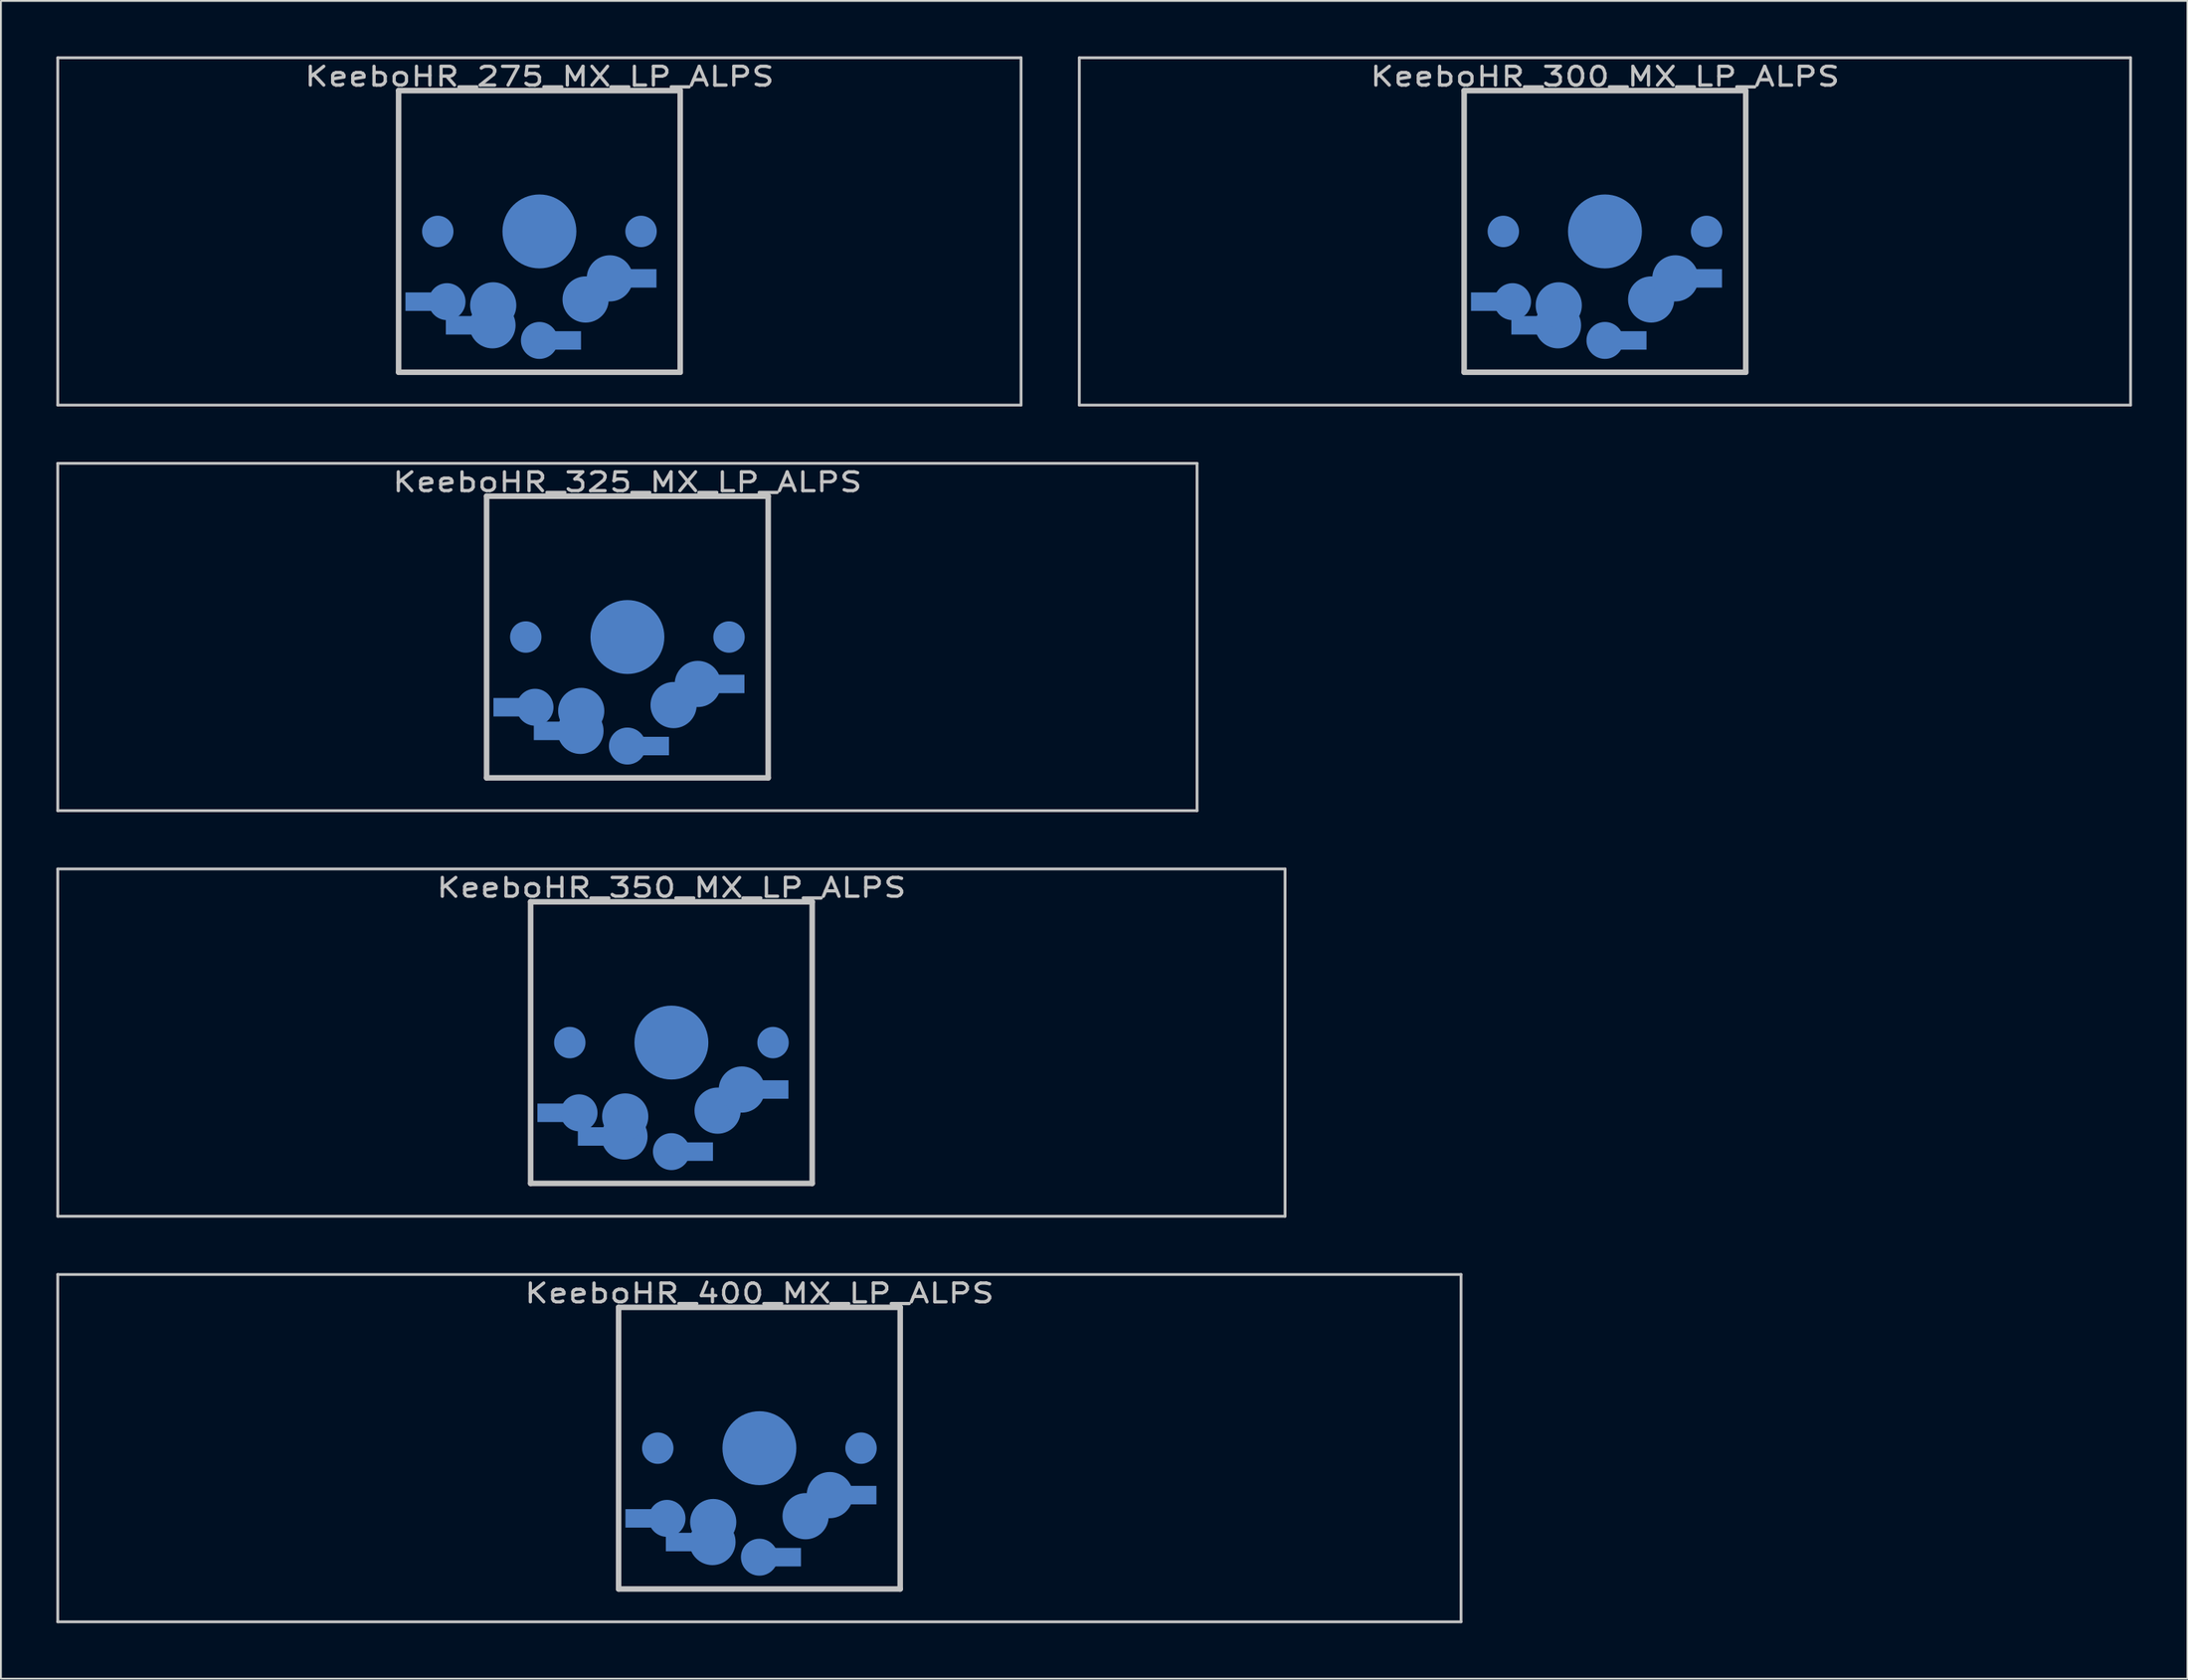
<source format=kicad_pcb>
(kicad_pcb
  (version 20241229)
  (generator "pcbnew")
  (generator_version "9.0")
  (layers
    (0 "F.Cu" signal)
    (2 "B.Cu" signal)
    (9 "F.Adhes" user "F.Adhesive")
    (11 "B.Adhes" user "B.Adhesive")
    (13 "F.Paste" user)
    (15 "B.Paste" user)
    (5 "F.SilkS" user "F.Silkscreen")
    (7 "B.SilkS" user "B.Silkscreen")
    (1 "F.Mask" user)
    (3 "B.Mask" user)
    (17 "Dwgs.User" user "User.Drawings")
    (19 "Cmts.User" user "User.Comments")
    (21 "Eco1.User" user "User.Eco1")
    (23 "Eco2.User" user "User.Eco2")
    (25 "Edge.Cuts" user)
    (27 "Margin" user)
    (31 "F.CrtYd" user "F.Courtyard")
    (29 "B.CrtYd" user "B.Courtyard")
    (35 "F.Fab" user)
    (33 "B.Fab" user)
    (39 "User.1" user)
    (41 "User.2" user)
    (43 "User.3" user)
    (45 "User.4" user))
  (footprint "KeeboHR_350_MX_LP_ALPS"
    (layer "B.Cu")
    (at 33.287 53.371)
    (property "Reference" "KeeboHR_350_MX_LP_ALPS" (at 0 -8.382 0) (layer "Dwgs.User") (effects (font (size 1.016 1.27) (thickness 0.178))))
    (attr through_hole)
    (fp_line (start -33.211 -9.398) (end 33.211 -9.398) (stroke (width 0.152) (type solid)) (layer "Dwgs.User"))
    (fp_line (start -33.211 9.398) (end -33.211 -9.398) (stroke (width 0.152) (type solid)) (layer "Dwgs.User"))
    (fp_line (start -7.62 -7.62) (end 7.62 -7.62) (stroke (width 0.3) (type solid)) (layer "Dwgs.User"))
    (fp_line (start -7.62 7.62) (end -7.62 -7.62) (stroke (width 0.3) (type solid)) (layer "Dwgs.User"))
    (fp_line (start 7.62 -7.62) (end 7.62 7.62) (stroke (width 0.3) (type solid)) (layer "Dwgs.User"))
    (fp_line (start 7.62 7.62) (end -7.62 7.62) (stroke (width 0.3) (type solid)) (layer "Dwgs.User"))
    (fp_line (start 33.211 -9.398) (end 33.211 9.398) (stroke (width 0.152) (type solid)) (layer "Dwgs.User"))
    (fp_line (start 33.211 9.398) (end -33.211 9.398) (stroke (width 0.152) (type solid)) (layer "Dwgs.User"))
    (pad "" smd circle (at -5.5 0) (size 1.7 1.7) (layers "B.Cu" "B.Mask"))
    (pad "" smd circle (at 0 0) (size 4 4) (layers "B.Cu" "B.Mask"))
    (pad "" smd circle (at 5.5 0) (size 1.7 1.7) (layers "B.Cu" "B.Mask"))
    (pad "1" smd circle (at 0 5.9) (size 2 2) (layers "B.Cu" "B.Mask"))
    (pad "1" smd rect (at 1.25 5.9) (size 2 1) (layers "B.Cu" "B.Mask"))
    (pad "1" smd circle (at 2.5 3.683) (size 2.5 2.5) (layers "B.Cu" "B.Mask"))
    (pad "1" smd circle (at 3.81 2.54) (size 2.5 2.5) (layers "B.Cu" "B.Mask"))
    (pad "1" smd rect (at 5.334 2.54) (size 2 1) (layers "B.Cu" "B.Mask"))
    (pad "2" smd rect (at -6.25 3.8) (size 2 1) (layers "B.Cu" "B.Mask"))
    (pad "2" smd circle (at -5 3.8) (size 2 2) (layers "B.Cu" "B.Mask"))
    (pad "2" smd rect (at -4.064 5.08) (size 2 1) (layers "B.Cu" "B.Mask"))
    (pad "2" smd circle (at -2.54 5.08) (size 2.5 2.5) (layers "B.Cu" "B.Mask"))
    (pad "2" smd circle (at -2.5 4) (size 2.5 2.5) (layers "B.Cu" "B.Mask")))
  (footprint "KeeboHR_325_MX_LP_ALPS"
    (layer "B.Cu")
    (at 30.905 31.423)
    (property "Reference" "KeeboHR_325_MX_LP_ALPS" (at 0 -8.382 0) (layer "Dwgs.User") (effects (font (size 1.016 1.27) (thickness 0.178))))
    (attr through_hole)
    (fp_line (start -30.829 -9.398) (end 30.829 -9.398) (stroke (width 0.152) (type solid)) (layer "Dwgs.User"))
    (fp_line (start -30.829 9.398) (end -30.829 -9.398) (stroke (width 0.152) (type solid)) (layer "Dwgs.User"))
    (fp_line (start -7.62 -7.62) (end 7.62 -7.62) (stroke (width 0.3) (type solid)) (layer "Dwgs.User"))
    (fp_line (start -7.62 7.62) (end -7.62 -7.62) (stroke (width 0.3) (type solid)) (layer "Dwgs.User"))
    (fp_line (start 7.62 -7.62) (end 7.62 7.62) (stroke (width 0.3) (type solid)) (layer "Dwgs.User"))
    (fp_line (start 7.62 7.62) (end -7.62 7.62) (stroke (width 0.3) (type solid)) (layer "Dwgs.User"))
    (fp_line (start 30.829 -9.398) (end 30.829 9.398) (stroke (width 0.152) (type solid)) (layer "Dwgs.User"))
    (fp_line (start 30.829 9.398) (end -30.829 9.398) (stroke (width 0.152) (type solid)) (layer "Dwgs.User"))
    (pad "" smd circle (at -5.5 0) (size 1.7 1.7) (layers "B.Cu" "B.Mask"))
    (pad "" smd circle (at 0 0) (size 4 4) (layers "B.Cu" "B.Mask"))
    (pad "" smd circle (at 5.5 0) (size 1.7 1.7) (layers "B.Cu" "B.Mask"))
    (pad "1" smd circle (at 0 5.9) (size 2 2) (layers "B.Cu" "B.Mask"))
    (pad "1" smd rect (at 1.25 5.9) (size 2 1) (layers "B.Cu" "B.Mask"))
    (pad "1" smd circle (at 2.5 3.683) (size 2.5 2.5) (layers "B.Cu" "B.Mask"))
    (pad "1" smd circle (at 3.81 2.54) (size 2.5 2.5) (layers "B.Cu" "B.Mask"))
    (pad "1" smd rect (at 5.334 2.54) (size 2 1) (layers "B.Cu" "B.Mask"))
    (pad "2" smd rect (at -6.25 3.8) (size 2 1) (layers "B.Cu" "B.Mask"))
    (pad "2" smd circle (at -5 3.8) (size 2 2) (layers "B.Cu" "B.Mask"))
    (pad "2" smd rect (at -4.064 5.08) (size 2 1) (layers "B.Cu" "B.Mask"))
    (pad "2" smd circle (at -2.54 5.08) (size 2.5 2.5) (layers "B.Cu" "B.Mask"))
    (pad "2" smd circle (at -2.5 4) (size 2.5 2.5) (layers "B.Cu" "B.Mask")))
  (footprint "KeeboHR_300_MX_LP_ALPS"
    (layer "B.Cu")
    (at 83.81 9.474)
    (property "Reference" "KeeboHR_300_MX_LP_ALPS" (at 0 -8.382 0) (layer "Dwgs.User") (effects (font (size 1.016 1.27) (thickness 0.178))))
    (attr through_hole)
    (fp_line (start -28.448 -9.398) (end 28.448 -9.398) (stroke (width 0.152) (type solid)) (layer "Dwgs.User"))
    (fp_line (start -28.448 9.398) (end -28.448 -9.398) (stroke (width 0.152) (type solid)) (layer "Dwgs.User"))
    (fp_line (start -7.62 -7.62) (end 7.62 -7.62) (stroke (width 0.3) (type solid)) (layer "Dwgs.User"))
    (fp_line (start -7.62 7.62) (end -7.62 -7.62) (stroke (width 0.3) (type solid)) (layer "Dwgs.User"))
    (fp_line (start 7.62 -7.62) (end 7.62 7.62) (stroke (width 0.3) (type solid)) (layer "Dwgs.User"))
    (fp_line (start 7.62 7.62) (end -7.62 7.62) (stroke (width 0.3) (type solid)) (layer "Dwgs.User"))
    (fp_line (start 28.448 -9.398) (end 28.448 9.398) (stroke (width 0.152) (type solid)) (layer "Dwgs.User"))
    (fp_line (start 28.448 9.398) (end -28.448 9.398) (stroke (width 0.152) (type solid)) (layer "Dwgs.User"))
    (pad "" smd circle (at -5.5 0) (size 1.7 1.7) (layers "B.Cu" "B.Mask"))
    (pad "" smd circle (at 0 0) (size 4 4) (layers "B.Cu" "B.Mask"))
    (pad "" smd circle (at 5.5 0) (size 1.7 1.7) (layers "B.Cu" "B.Mask"))
    (pad "1" smd circle (at 0 5.9) (size 2 2) (layers "B.Cu" "B.Mask"))
    (pad "1" smd rect (at 1.25 5.9) (size 2 1) (layers "B.Cu" "B.Mask"))
    (pad "1" smd circle (at 2.5 3.683) (size 2.5 2.5) (layers "B.Cu" "B.Mask"))
    (pad "1" smd circle (at 3.81 2.54) (size 2.5 2.5) (layers "B.Cu" "B.Mask"))
    (pad "1" smd rect (at 5.334 2.54) (size 2 1) (layers "B.Cu" "B.Mask"))
    (pad "2" smd rect (at -6.25 3.8) (size 2 1) (layers "B.Cu" "B.Mask"))
    (pad "2" smd circle (at -5 3.8) (size 2 2) (layers "B.Cu" "B.Mask"))
    (pad "2" smd rect (at -4.064 5.08) (size 2 1) (layers "B.Cu" "B.Mask"))
    (pad "2" smd circle (at -2.54 5.08) (size 2.5 2.5) (layers "B.Cu" "B.Mask"))
    (pad "2" smd circle (at -2.5 4) (size 2.5 2.5) (layers "B.Cu" "B.Mask")))
  (footprint "KeeboHR_275_MX_LP_ALPS"
    (layer "B.Cu")
    (at 26.143 9.474)
    (property "Reference" "KeeboHR_275_MX_LP_ALPS" (at 0 -8.382 0) (layer "Dwgs.User") (effects (font (size 1.016 1.27) (thickness 0.178))))
    (attr through_hole)
    (fp_line (start -26.067 -9.398) (end 26.067 -9.398) (stroke (width 0.152) (type solid)) (layer "Dwgs.User"))
    (fp_line (start -26.067 9.398) (end -26.067 -9.398) (stroke (width 0.152) (type solid)) (layer "Dwgs.User"))
    (fp_line (start -7.62 -7.62) (end 7.62 -7.62) (stroke (width 0.3) (type solid)) (layer "Dwgs.User"))
    (fp_line (start -7.62 7.62) (end -7.62 -7.62) (stroke (width 0.3) (type solid)) (layer "Dwgs.User"))
    (fp_line (start 7.62 -7.62) (end 7.62 7.62) (stroke (width 0.3) (type solid)) (layer "Dwgs.User"))
    (fp_line (start 7.62 7.62) (end -7.62 7.62) (stroke (width 0.3) (type solid)) (layer "Dwgs.User"))
    (fp_line (start 26.067 -9.398) (end 26.067 9.398) (stroke (width 0.152) (type solid)) (layer "Dwgs.User"))
    (fp_line (start 26.067 9.398) (end -26.067 9.398) (stroke (width 0.152) (type solid)) (layer "Dwgs.User"))
    (pad "" smd circle (at -5.5 0) (size 1.7 1.7) (layers "B.Cu" "B.Mask"))
    (pad "" smd circle (at 0 0) (size 4 4) (layers "B.Cu" "B.Mask"))
    (pad "" smd circle (at 5.5 0) (size 1.7 1.7) (layers "B.Cu" "B.Mask"))
    (pad "1" smd circle (at 0 5.9) (size 2 2) (layers "B.Cu" "B.Mask"))
    (pad "1" smd rect (at 1.25 5.9) (size 2 1) (layers "B.Cu" "B.Mask"))
    (pad "1" smd circle (at 2.5 3.683) (size 2.5 2.5) (layers "B.Cu" "B.Mask"))
    (pad "1" smd circle (at 3.81 2.54) (size 2.5 2.5) (layers "B.Cu" "B.Mask"))
    (pad "1" smd rect (at 5.334 2.54) (size 2 1) (layers "B.Cu" "B.Mask"))
    (pad "2" smd rect (at -6.25 3.8) (size 2 1) (layers "B.Cu" "B.Mask"))
    (pad "2" smd circle (at -5 3.8) (size 2 2) (layers "B.Cu" "B.Mask"))
    (pad "2" smd rect (at -4.064 5.08) (size 2 1) (layers "B.Cu" "B.Mask"))
    (pad "2" smd circle (at -2.54 5.08) (size 2.5 2.5) (layers "B.Cu" "B.Mask"))
    (pad "2" smd circle (at -2.5 4) (size 2.5 2.5) (layers "B.Cu" "B.Mask")))
  (footprint "KeeboHR_400_MX_LP_ALPS"
    (layer "B.Cu")
    (at 38.049 75.319)
    (property "Reference" "KeeboHR_400_MX_LP_ALPS" (at 0 -8.382 0) (layer "Dwgs.User") (effects (font (size 1.016 1.27) (thickness 0.178))))
    (attr through_hole)
    (fp_line (start -37.973 -9.398) (end 37.973 -9.398) (stroke (width 0.152) (type solid)) (layer "Dwgs.User"))
    (fp_line (start -37.973 9.398) (end -37.973 -9.398) (stroke (width 0.152) (type solid)) (layer "Dwgs.User"))
    (fp_line (start -7.62 -7.62) (end 7.62 -7.62) (stroke (width 0.3) (type solid)) (layer "Dwgs.User"))
    (fp_line (start -7.62 7.62) (end -7.62 -7.62) (stroke (width 0.3) (type solid)) (layer "Dwgs.User"))
    (fp_line (start 7.62 -7.62) (end 7.62 7.62) (stroke (width 0.3) (type solid)) (layer "Dwgs.User"))
    (fp_line (start 7.62 7.62) (end -7.62 7.62) (stroke (width 0.3) (type solid)) (layer "Dwgs.User"))
    (fp_line (start 37.973 -9.398) (end 37.973 9.398) (stroke (width 0.152) (type solid)) (layer "Dwgs.User"))
    (fp_line (start 37.973 9.398) (end -37.973 9.398) (stroke (width 0.152) (type solid)) (layer "Dwgs.User"))
    (pad "" smd circle (at -5.5 0) (size 1.7 1.7) (layers "B.Cu" "B.Mask"))
    (pad "" smd circle (at 0 0) (size 4 4) (layers "B.Cu" "B.Mask"))
    (pad "" smd circle (at 5.5 0) (size 1.7 1.7) (layers "B.Cu" "B.Mask"))
    (pad "1" smd circle (at 0 5.9) (size 2 2) (layers "B.Cu" "B.Mask"))
    (pad "1" smd rect (at 1.25 5.9) (size 2 1) (layers "B.Cu" "B.Mask"))
    (pad "1" smd circle (at 2.5 3.683) (size 2.5 2.5) (layers "B.Cu" "B.Mask"))
    (pad "1" smd circle (at 3.81 2.54) (size 2.5 2.5) (layers "B.Cu" "B.Mask"))
    (pad "1" smd rect (at 5.334 2.54) (size 2 1) (layers "B.Cu" "B.Mask"))
    (pad "2" smd rect (at -6.25 3.8) (size 2 1) (layers "B.Cu" "B.Mask"))
    (pad "2" smd circle (at -5 3.8) (size 2 2) (layers "B.Cu" "B.Mask"))
    (pad "2" smd rect (at -4.064 5.08) (size 2 1) (layers "B.Cu" "B.Mask"))
    (pad "2" smd circle (at -2.54 5.08) (size 2.5 2.5) (layers "B.Cu" "B.Mask"))
    (pad "2" smd circle (at -2.5 4) (size 2.5 2.5) (layers "B.Cu" "B.Mask")))
  (gr_rect
    (start -3 -3)
    (end 115.334 87.794)
    (stroke (width 0.1) (type default))
    (fill no)
    (layer "Edge.Cuts")))
</source>
